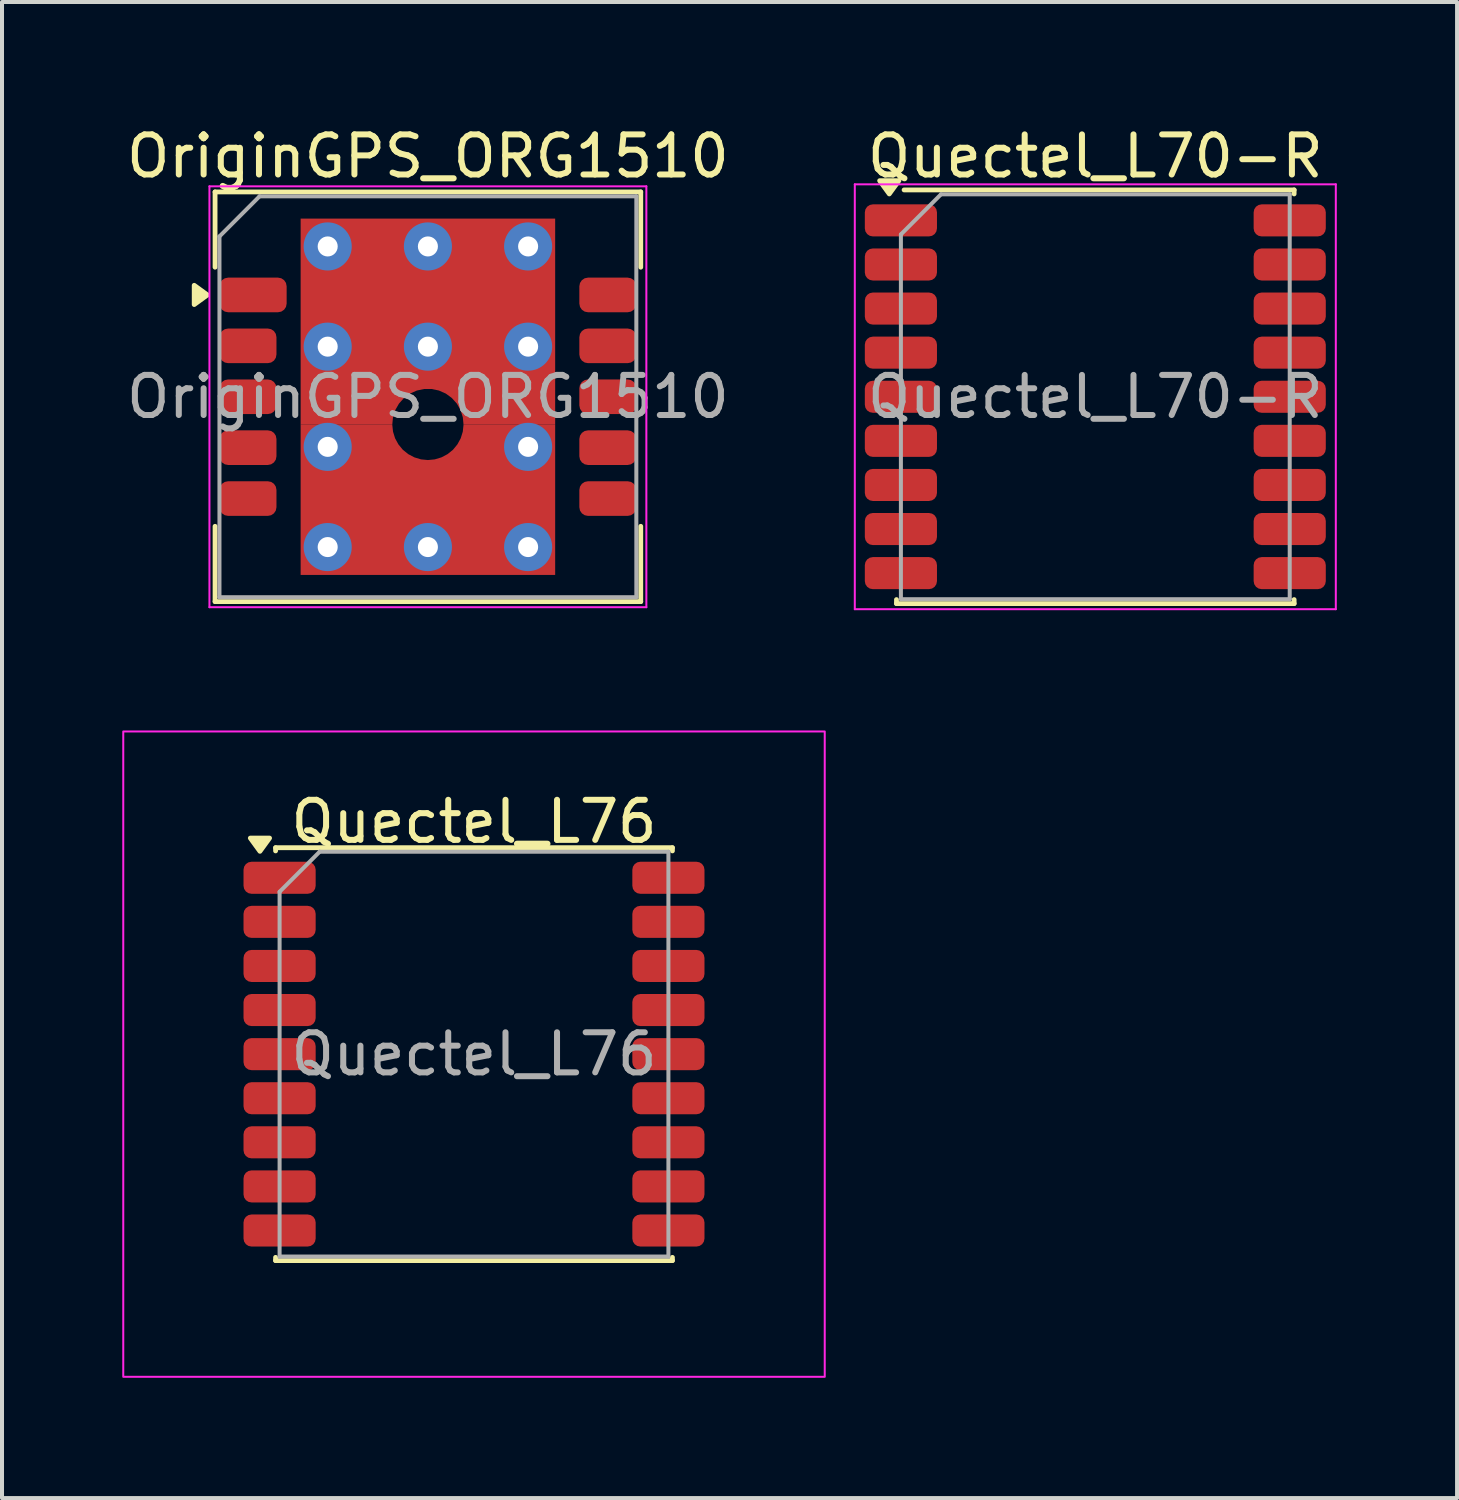
<source format=kicad_pcb>
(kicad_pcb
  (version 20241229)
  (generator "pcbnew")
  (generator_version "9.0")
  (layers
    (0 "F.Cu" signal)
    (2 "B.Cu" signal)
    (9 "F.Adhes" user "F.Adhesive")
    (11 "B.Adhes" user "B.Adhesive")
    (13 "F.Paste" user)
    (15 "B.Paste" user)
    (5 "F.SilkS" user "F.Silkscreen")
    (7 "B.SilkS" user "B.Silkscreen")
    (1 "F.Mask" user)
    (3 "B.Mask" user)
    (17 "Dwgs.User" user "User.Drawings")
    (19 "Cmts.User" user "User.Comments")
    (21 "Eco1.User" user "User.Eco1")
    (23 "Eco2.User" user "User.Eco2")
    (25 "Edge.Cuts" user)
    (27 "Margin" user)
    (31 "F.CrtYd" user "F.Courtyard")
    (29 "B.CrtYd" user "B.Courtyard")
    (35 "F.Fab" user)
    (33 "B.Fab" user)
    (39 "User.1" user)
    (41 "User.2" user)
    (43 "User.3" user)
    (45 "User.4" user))
  (footprint "OriginGPS_ORG1510"
    (layer "F.Cu")
    (at 7.625 6.848)
    (property "Reference" "OriginGPS_ORG1510" (at 0 -6 0) (layer "F.SilkS") (effects (font (size 1 1) (thickness 0.15))))
    (attr smd)
    (fp_line (start -5.31 -5.11) (end -5.31 -3.232) (stroke (width 0.12) (type default)) (layer "F.SilkS"))
    (fp_line (start -5.31 -5.11) (end 5.31 -5.11) (stroke (width 0.12) (type solid)) (layer "F.SilkS"))
    (fp_line (start -5.31 3.232) (end -5.31 5.11) (stroke (width 0.12) (type default)) (layer "F.SilkS"))
    (fp_line (start -5.31 5.11) (end 5.31 5.11) (stroke (width 0.12) (type solid)) (layer "F.SilkS"))
    (fp_line (start 5.31 -5.11) (end 5.31 -3.232) (stroke (width 0.12) (type default)) (layer "F.SilkS"))
    (fp_line (start 5.31 3.232) (end 5.31 5.11) (stroke (width 0.12) (type default)) (layer "F.SilkS"))
    (fp_poly (pts (xy -5.5 -2.54) (xy -5.83 -2.3) (xy -5.83 -2.78) (xy -5.5 -2.54)) (stroke (width 0.12) (type solid)) (fill yes) (layer "F.SilkS"))
    (fp_line (start -5.45 -5.25) (end -5.45 5.25) (stroke (width 0.05) (type default)) (layer "F.CrtYd"))
    (fp_line (start -5.45 -5.25) (end 5.45 -5.25) (stroke (width 0.05) (type default)) (layer "F.CrtYd"))
    (fp_line (start -5.45 5.25) (end 5.45 5.25) (stroke (width 0.05) (type default)) (layer "F.CrtYd"))
    (fp_line (start 5.45 -5.25) (end 5.45 5.25) (stroke (width 0.05) (type default)) (layer "F.CrtYd"))
    (fp_line (start -5.2 -4) (end -5.2 5) (stroke (width 0.1) (type solid)) (layer "F.Fab"))
    (fp_line (start -5.2 5) (end 5.2 5) (stroke (width 0.1) (type solid)) (layer "F.Fab"))
    (fp_line (start -4.2 -5) (end -5.2 -4) (stroke (width 0.1) (type default)) (layer "F.Fab"))
    (fp_line (start -4.2 -5) (end 5.2 -5) (stroke (width 0.1) (type solid)) (layer "F.Fab"))
    (fp_line (start 5.2 -5) (end 5.2 5) (stroke (width 0.1) (type solid)) (layer "F.Fab"))
    (fp_text user "${REFERENCE}" (at 0 0 0) (layer "F.Fab") (effects (font (size 1 1) (thickness 0.15))))
    (pad "1" smd roundrect (at -4.362 -2.54) (size 1.676 0.864) (layers "F.Cu" "F.Mask" "F.Paste") (roundrect_rratio 0.25))
    (pad "2" smd roundrect (at -4.489 -1.27) (size 1.422 0.864) (layers "F.Cu" "F.Mask" "F.Paste") (roundrect_rratio 0.25))
    (pad "3" smd roundrect (at -4.489 0) (size 1.422 0.864) (layers "F.Cu" "F.Mask" "F.Paste") (roundrect_rratio 0.25))
    (pad "4" smd roundrect (at -4.489 1.27) (size 1.422 0.864) (layers "F.Cu" "F.Mask" "F.Paste") (roundrect_rratio 0.25))
    (pad "5" smd roundrect (at -4.489 2.54) (size 1.422 0.864) (layers "F.Cu" "F.Mask" "F.Paste") (roundrect_rratio 0.25))
    (pad "6" smd roundrect (at 4.489 2.54) (size 1.422 0.864) (layers "F.Cu" "F.Mask" "F.Paste") (roundrect_rratio 0.25))
    (pad "7" smd roundrect (at 4.489 1.27) (size 1.422 0.864) (layers "F.Cu" "F.Mask" "F.Paste") (roundrect_rratio 0.25))
    (pad "8" smd roundrect (at 4.489 0) (size 1.422 0.864) (layers "F.Cu" "F.Mask" "F.Paste") (roundrect_rratio 0.25))
    (pad "9" smd roundrect (at 4.489 -1.27) (size 1.422 0.864) (layers "F.Cu" "F.Mask" "F.Paste") (roundrect_rratio 0.25))
    (pad "10" smd roundrect (at 4.489 -2.54) (size 1.422 0.864) (layers "F.Cu" "F.Mask" "F.Paste") (roundrect_rratio 0.25))
    (pad "11" thru_hole circle (at -2.5 -3.75) (size 1.2 1.2) (drill 0.5) (layers "*.Cu" "B.Mask"))
    (pad "11" thru_hole circle (at -2.5 -1.25 90) (size 1.2 1.2) (drill 0.5) (layers "*.Cu" "B.Mask"))
    (pad "11" thru_hole circle (at -2.5 1.25 90) (size 1.2 1.2) (drill 0.5) (layers "*.Cu" "B.Mask"))
    (pad "11" thru_hole circle (at -2.5 3.75 90) (size 1.2 1.2) (drill 0.5) (layers "*.Cu" "B.Mask"))
    (pad "11" thru_hole circle (at 0 -3.75) (size 1.2 1.2) (drill 0.5) (layers "*.Cu" "B.Mask"))
    (pad "11" smd custom (at 0 -2.665) (size 0.6 0.6) (layers "F.Cu") (options (anchor circle)) (primitives (gr_poly (pts (xy 0.889 3.363) (xy 0.871 3.177) (xy 0.815 2.999) (xy 0.722 2.836) (xy 0.598 2.697) (xy 0.447 2.586) (xy 0.276 2.51) (xy 0.093 2.471) (xy -0.093 2.471) (xy -0.276 2.51) (xy -0.447 2.586) (xy -0.598 2.697) (xy -0.722 2.836) (xy -0.815 2.999) (xy -0.871 3.177) (xy -0.889 3.363) (xy -3.175 3.363) (xy -3.175 -1.78) (xy 3.175 -1.78) (xy 3.175 3.363)) (width 0) (fill yes))))
    (pad "11" thru_hole circle (at 0 -1.25) (size 1.2 1.2) (drill 0.5) (layers "*.Cu" "B.Mask"))
    (pad "11" smd custom (at 0 3.442 90) (size 0.5 0.5) (layers "F.Cu") (options (anchor circle)) (primitives (gr_poly (pts (xy 2.571 -0.87) (xy 2.406 -0.819) (xy 2.254 -0.736) (xy 2.12 -0.626) (xy 2.011 -0.491) (xy 1.93 -0.338) (xy 1.88 -0.172) (xy 1.863 0) (xy 1.88 0.172) (xy 1.93 0.338) (xy 2.011 0.491) (xy 2.12 0.626) (xy 2.254 0.736) (xy 2.406 0.819) (xy 2.571 0.87) (xy 2.744 0.889) (xy 2.744 3.175) (xy -1.003 3.175) (xy -1.003 -3.175) (xy 2.744 -3.175) (xy 2.744 -0.889)) (width 0) (fill yes))))
    (pad "11" thru_hole circle (at 0 3.75) (size 1.2 1.2) (drill 0.5) (layers "*.Cu" "B.Mask"))
    (pad "11" thru_hole circle (at 2.5 -3.75) (size 1.2 1.2) (drill 0.5) (layers "*.Cu" "B.Mask"))
    (pad "11" thru_hole circle (at 2.5 -1.25) (size 1.2 1.2) (drill 0.5) (layers "*.Cu" "B.Mask"))
    (pad "11" thru_hole circle (at 2.5 1.25) (size 1.2 1.2) (drill 0.5) (layers "*.Cu" "B.Mask"))
    (pad "11" thru_hole circle (at 2.5 3.75 90) (size 1.2 1.2) (drill 0.5) (layers "*.Cu" "B.Mask"))
    (zone (net_name "") (layer "F.Cu") (hatch edge 0.5) (connect_pads) (min_thickness 0.25) (filled_areas_thickness no) (keepout (tracks allowed) (vias allowed) (pads allowed) (copperpour not_allowed) (footprints allowed)) (placement (enabled no)) (fill) (polygon (pts (xy 6.736 7.546) (xy 6.754 7.36) (xy 6.81 7.182) (xy 6.903 7.019) (xy 7.027 6.88) (xy 7.178 6.769) (xy 7.349 6.693) (xy 7.532 6.654) (xy 7.718 6.654) (xy 7.901 6.693) (xy 8.072 6.769) (xy 8.223 6.88) (xy 8.347 7.019) (xy 8.44 7.182) (xy 8.496 7.36) (xy 8.514 7.546) (xy 8.495 7.719) (xy 8.444 7.884) (xy 8.361 8.036) (xy 8.251 8.17) (xy 8.116 8.279) (xy 7.963 8.36) (xy 7.797 8.41) (xy 7.625 8.427) (xy 7.453 8.41) (xy 7.287 8.36) (xy 7.134 8.279) (xy 6.999 8.17) (xy 6.889 8.036) (xy 6.806 7.884) (xy 6.755 7.719)))))
  (footprint "Quectel_L70-R"
    (layer "F.Cu")
    (at 24.275 6.848)
    (property "Reference" "Quectel_L70-R" (at 0 -6 0) (layer "F.SilkS") (effects (font (size 1 1) (thickness 0.15))))
    (attr smd)
    (fp_line (start -4.96 5.06) (end -4.96 5.16) (stroke (width 0.12) (type solid)) (layer "F.SilkS"))
    (fp_line (start -4.96 5.16) (end 4.96 5.16) (stroke (width 0.12) (type solid)) (layer "F.SilkS"))
    (fp_line (start -4.77 -5.16) (end 4.96 -5.16) (stroke (width 0.12) (type solid)) (layer "F.SilkS"))
    (fp_line (start 4.96 -5.16) (end 4.96 -5.06) (stroke (width 0.12) (type solid)) (layer "F.SilkS"))
    (fp_line (start 4.96 5.06) (end 4.96 5.16) (stroke (width 0.12) (type solid)) (layer "F.SilkS"))
    (fp_poly (pts (xy -5.14 -5.06) (xy -5.38 -5.39) (xy -4.9 -5.39) (xy -5.14 -5.06)) (stroke (width 0.12) (type solid)) (fill yes) (layer "F.SilkS"))
    (fp_line (start -6 -5.3) (end -6 5.3) (stroke (width 0.05) (type solid)) (layer "F.CrtYd"))
    (fp_line (start -6 -5.3) (end 6 -5.3) (stroke (width 0.05) (type solid)) (layer "F.CrtYd"))
    (fp_line (start -6 5.3) (end 6 5.3) (stroke (width 0.05) (type solid)) (layer "F.CrtYd"))
    (fp_line (start 6 -5.3) (end 6 5.3) (stroke (width 0.05) (type solid)) (layer "F.CrtYd"))
    (fp_line (start -4.85 -4.05) (end -4.85 5.05) (stroke (width 0.1) (type solid)) (layer "F.Fab"))
    (fp_line (start -4.85 5.05) (end 4.85 5.05) (stroke (width 0.1) (type solid)) (layer "F.Fab"))
    (fp_line (start -3.85 -5.05) (end -4.85 -4.05) (stroke (width 0.1) (type solid)) (layer "F.Fab"))
    (fp_line (start -3.85 -5.05) (end 4.85 -5.05) (stroke (width 0.1) (type solid)) (layer "F.Fab"))
    (fp_line (start 4.85 -5.05) (end 4.85 5.05) (stroke (width 0.1) (type solid)) (layer "F.Fab"))
    (fp_text user "${REFERENCE}" (at 0 0 0) (layer "F.Fab") (effects (font (size 1 1) (thickness 0.15))))
    (pad "1" smd roundrect (at -4.85 -4.4) (size 1.8 0.8) (layers "F.Cu" "F.Mask" "F.Paste") (roundrect_rratio 0.25))
    (pad "2" smd roundrect (at -4.85 -3.3) (size 1.8 0.8) (layers "F.Cu" "F.Mask" "F.Paste") (roundrect_rratio 0.25))
    (pad "3" smd roundrect (at -4.85 -2.2) (size 1.8 0.8) (layers "F.Cu" "F.Mask" "F.Paste") (roundrect_rratio 0.25))
    (pad "4" smd roundrect (at -4.85 -1.1) (size 1.8 0.8) (layers "F.Cu" "F.Mask" "F.Paste") (roundrect_rratio 0.25))
    (pad "5" smd roundrect (at -4.85 0) (size 1.8 0.8) (layers "F.Cu" "F.Mask" "F.Paste") (roundrect_rratio 0.25))
    (pad "6" smd roundrect (at -4.85 1.1) (size 1.8 0.8) (layers "F.Cu" "F.Mask" "F.Paste") (roundrect_rratio 0.25))
    (pad "7" smd roundrect (at -4.85 2.2) (size 1.8 0.8) (layers "F.Cu" "F.Mask" "F.Paste") (roundrect_rratio 0.25))
    (pad "8" smd roundrect (at -4.85 3.3) (size 1.8 0.8) (layers "F.Cu" "F.Mask" "F.Paste") (roundrect_rratio 0.25))
    (pad "9" smd roundrect (at -4.85 4.4) (size 1.8 0.8) (layers "F.Cu" "F.Mask" "F.Paste") (roundrect_rratio 0.25))
    (pad "10" smd roundrect (at 4.85 4.4) (size 1.8 0.8) (layers "F.Cu" "F.Mask" "F.Paste") (roundrect_rratio 0.25))
    (pad "11" smd roundrect (at 4.85 3.3) (size 1.8 0.8) (layers "F.Cu" "F.Mask" "F.Paste") (roundrect_rratio 0.25))
    (pad "12" smd roundrect (at 4.85 2.2) (size 1.8 0.8) (layers "F.Cu" "F.Mask" "F.Paste") (roundrect_rratio 0.25))
    (pad "13" smd roundrect (at 4.85 1.1) (size 1.8 0.8) (layers "F.Cu" "F.Mask" "F.Paste") (roundrect_rratio 0.25))
    (pad "14" smd roundrect (at 4.85 0) (size 1.8 0.8) (layers "F.Cu" "F.Mask" "F.Paste") (roundrect_rratio 0.25))
    (pad "15" smd roundrect (at 4.85 -1.1) (size 1.8 0.8) (layers "F.Cu" "F.Mask" "F.Paste") (roundrect_rratio 0.25))
    (pad "16" smd roundrect (at 4.85 -2.2) (size 1.8 0.8) (layers "F.Cu" "F.Mask" "F.Paste") (roundrect_rratio 0.25))
    (pad "17" smd roundrect (at 4.85 -3.3) (size 1.8 0.8) (layers "F.Cu" "F.Mask" "F.Paste") (roundrect_rratio 0.25))
    (pad "18" smd roundrect (at 4.85 -4.4) (size 1.8 0.8) (layers "F.Cu" "F.Mask" "F.Paste") (roundrect_rratio 0.25)))
  (footprint "Quectel_L76"
    (layer "F.Cu")
    (at 8.775 23.248)
    (property "Reference" "Quectel_L76" (at 0 -5.8 0) (layer "F.SilkS") (effects (font (size 1 1) (thickness 0.15))))
    (attr smd)
    (fp_line (start -4.95 -5.07) (end -4.95 -5.15) (stroke (width 0.12) (type solid)) (layer "F.SilkS"))
    (fp_line (start -4.95 5.07) (end -4.95 5.15) (stroke (width 0.12) (type solid)) (layer "F.SilkS"))
    (fp_line (start -4.95 5.15) (end 4.95 5.15) (stroke (width 0.12) (type solid)) (layer "F.SilkS"))
    (fp_line (start 4.95 -5.15) (end -4.95 -5.15) (stroke (width 0.12) (type solid)) (layer "F.SilkS"))
    (fp_line (start 4.95 -5.07) (end 4.95 -5.15) (stroke (width 0.12) (type solid)) (layer "F.SilkS"))
    (fp_line (start 4.95 5.07) (end 4.95 5.15) (stroke (width 0.12) (type solid)) (layer "F.SilkS"))
    (fp_poly (pts (xy -5.34 -5.06) (xy -5.58 -5.39) (xy -5.1 -5.39) (xy -5.34 -5.06)) (stroke (width 0.12) (type solid)) (fill yes) (layer "F.SilkS"))
    (fp_rect (start -8.75 -8.05) (end 8.75 8.05) (stroke (width 0.05) (type solid)) (fill no) (layer "F.CrtYd"))
    (fp_line (start -4.85 -4.05) (end -4.85 5.05) (stroke (width 0.1) (type solid)) (layer "F.Fab"))
    (fp_line (start -4.85 5.05) (end 4.85 5.05) (stroke (width 0.1) (type solid)) (layer "F.Fab"))
    (fp_line (start -3.85 -5.05) (end -4.85 -4.05) (stroke (width 0.1) (type solid)) (layer "F.Fab"))
    (fp_line (start 4.85 -5.05) (end -3.85 -5.05) (stroke (width 0.1) (type solid)) (layer "F.Fab"))
    (fp_line (start 4.85 5.05) (end 4.85 -5.05) (stroke (width 0.1) (type solid)) (layer "F.Fab"))
    (fp_text user "${REFERENCE}" (at 0 0 0) (layer "F.Fab") (effects (font (size 1 1) (thickness 0.15))))
    (pad "1" smd roundrect (at -4.85 -4.4) (size 1.8 0.8) (layers "F.Cu" "F.Mask" "F.Paste") (roundrect_rratio 0.25))
    (pad "2" smd roundrect (at -4.85 -3.3) (size 1.8 0.8) (layers "F.Cu" "F.Mask" "F.Paste") (roundrect_rratio 0.25))
    (pad "3" smd roundrect (at -4.85 -2.2) (size 1.8 0.8) (layers "F.Cu" "F.Mask" "F.Paste") (roundrect_rratio 0.25))
    (pad "4" smd roundrect (at -4.85 -1.1) (size 1.8 0.8) (layers "F.Cu" "F.Mask" "F.Paste") (roundrect_rratio 0.25))
    (pad "5" smd roundrect (at -4.85 0) (size 1.8 0.8) (layers "F.Cu" "F.Mask" "F.Paste") (roundrect_rratio 0.25))
    (pad "6" smd roundrect (at -4.85 1.1) (size 1.8 0.8) (layers "F.Cu" "F.Mask" "F.Paste") (roundrect_rratio 0.25))
    (pad "7" smd roundrect (at -4.85 2.2) (size 1.8 0.8) (layers "F.Cu" "F.Mask" "F.Paste") (roundrect_rratio 0.25))
    (pad "8" smd roundrect (at -4.85 3.3) (size 1.8 0.8) (layers "F.Cu" "F.Mask" "F.Paste") (roundrect_rratio 0.25))
    (pad "9" smd roundrect (at -4.85 4.4) (size 1.8 0.8) (layers "F.Cu" "F.Mask" "F.Paste") (roundrect_rratio 0.25))
    (pad "10" smd roundrect (at 4.85 4.4) (size 1.8 0.8) (layers "F.Cu" "F.Mask" "F.Paste") (roundrect_rratio 0.25))
    (pad "11" smd roundrect (at 4.85 3.3) (size 1.8 0.8) (layers "F.Cu" "F.Mask" "F.Paste") (roundrect_rratio 0.25))
    (pad "12" smd roundrect (at 4.85 2.2) (size 1.8 0.8) (layers "F.Cu" "F.Mask" "F.Paste") (roundrect_rratio 0.25))
    (pad "13" smd roundrect (at 4.85 1.1) (size 1.8 0.8) (layers "F.Cu" "F.Mask" "F.Paste") (roundrect_rratio 0.25))
    (pad "14" smd roundrect (at 4.85 0) (size 1.8 0.8) (layers "F.Cu" "F.Mask" "F.Paste") (roundrect_rratio 0.25))
    (pad "15" smd roundrect (at 4.85 -1.1) (size 1.8 0.8) (layers "F.Cu" "F.Mask" "F.Paste") (roundrect_rratio 0.25))
    (pad "16" smd roundrect (at 4.85 -2.2) (size 1.8 0.8) (layers "F.Cu" "F.Mask" "F.Paste") (roundrect_rratio 0.25))
    (pad "17" smd roundrect (at 4.85 -3.3) (size 1.8 0.8) (layers "F.Cu" "F.Mask" "F.Paste") (roundrect_rratio 0.25))
    (pad "18" smd roundrect (at 4.85 -4.4) (size 1.8 0.8) (layers "F.Cu" "F.Mask" "F.Paste") (roundrect_rratio 0.25)))
  (gr_rect
    (start -3 -3)
    (end 33.3 34.323)
    (stroke (width 0.1) (type default))
    (fill no)
    (layer "Edge.Cuts")))
</source>
